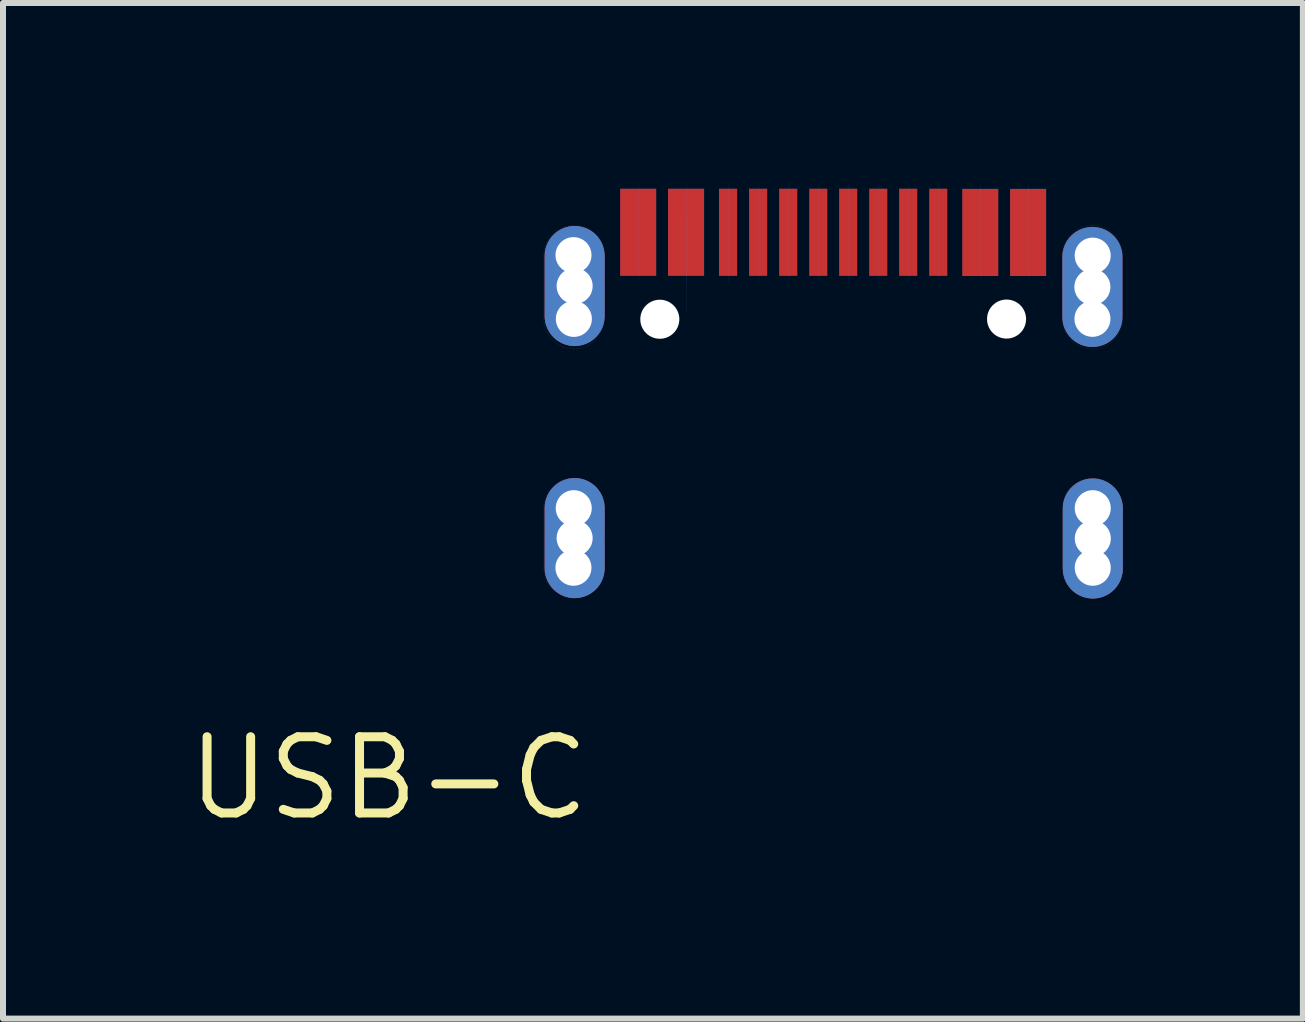
<source format=kicad_pcb>
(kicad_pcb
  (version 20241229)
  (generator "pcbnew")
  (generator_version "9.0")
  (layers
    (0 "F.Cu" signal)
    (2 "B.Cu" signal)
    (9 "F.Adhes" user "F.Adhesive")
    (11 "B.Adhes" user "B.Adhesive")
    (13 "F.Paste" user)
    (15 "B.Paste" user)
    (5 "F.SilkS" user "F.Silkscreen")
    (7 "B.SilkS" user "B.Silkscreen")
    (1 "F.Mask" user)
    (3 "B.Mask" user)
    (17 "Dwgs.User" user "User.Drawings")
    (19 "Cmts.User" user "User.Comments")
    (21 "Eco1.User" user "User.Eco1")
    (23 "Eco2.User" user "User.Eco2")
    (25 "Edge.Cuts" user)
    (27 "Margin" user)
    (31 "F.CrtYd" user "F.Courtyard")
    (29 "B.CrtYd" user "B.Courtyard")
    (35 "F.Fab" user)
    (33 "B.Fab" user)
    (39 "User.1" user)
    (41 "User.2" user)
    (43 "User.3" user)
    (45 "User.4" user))
  (footprint "USB-C"
    (layer "F.Cu")
    (at 3.424 9.915)
    (property "Reference" "USB-C" (at 0 0 0) (layer "F.SilkS") (effects (font (size 1.27 1.27) (thickness 0.15))))
    (fp_line (start 2.587 -8.18) (end 2.587 -8.71) (stroke (width 0.001) (type solid)) (layer "Cmts.User"))
    (fp_line (start 2.587 -8.18) (end 2.587 -7.65) (stroke (width 0.001) (type solid)) (layer "Cmts.User"))
    (fp_line (start 2.587 -4) (end 2.587 -4.5) (stroke (width 0.001) (type solid)) (layer "Cmts.User"))
    (fp_line (start 2.587 -4) (end 2.587 -3.5) (stroke (width 0.001) (type solid)) (layer "Cmts.User"))
    (fp_line (start 2.787 -8.18) (end 2.587 -8.18) (stroke (width 0.001) (type solid)) (layer "Cmts.User"))
    (fp_line (start 2.787 -8.18) (end 2.787 -8.71) (stroke (width 0.001) (type solid)) (layer "Cmts.User"))
    (fp_line (start 2.787 -8.18) (end 2.787 -7.65) (stroke (width 0.001) (type solid)) (layer "Cmts.User"))
    (fp_line (start 2.787 -4.5) (end 2.787 -4) (stroke (width 0.001) (type solid)) (layer "Cmts.User"))
    (fp_line (start 2.787 -4) (end 2.587 -4) (stroke (width 0.001) (type solid)) (layer "Cmts.User"))
    (fp_line (start 2.787 -4) (end 2.787 -3.5) (stroke (width 0.001) (type solid)) (layer "Cmts.User"))
    (fp_line (start 3.087 -9.23) (end 3.087 -8.18) (stroke (width 0.001) (type solid)) (layer "Cmts.User"))
    (fp_line (start 3.087 -8.18) (end 2.787 -8.18) (stroke (width 0.001) (type solid)) (layer "Cmts.User"))
    (fp_line (start 3.087 -8.18) (end 3.087 -7.13) (stroke (width 0.001) (type solid)) (layer "Cmts.User"))
    (fp_line (start 3.087 -8.18) (end 3.387 -8.18) (stroke (width 0.001) (type solid)) (layer "Cmts.User"))
    (fp_line (start 3.087 -4.8) (end 3.087 -4) (stroke (width 0.001) (type solid)) (layer "Cmts.User"))
    (fp_line (start 3.087 -4) (end 2.787 -4) (stroke (width 0.001) (type solid)) (layer "Cmts.User"))
    (fp_line (start 3.087 -4) (end 3.087 -3.2) (stroke (width 0.001) (type solid)) (layer "Cmts.User"))
    (fp_line (start 3.087 -4) (end 3.387 -4) (stroke (width 0.001) (type solid)) (layer "Cmts.User"))
    (fp_line (start 3.387 -8.18) (end 3.387 -8.71) (stroke (width 0.001) (type solid)) (layer "Cmts.User"))
    (fp_line (start 3.387 -8.18) (end 3.387 -7.65) (stroke (width 0.001) (type solid)) (layer "Cmts.User"))
    (fp_line (start 3.387 -8.18) (end 3.587 -8.18) (stroke (width 0.001) (type solid)) (layer "Cmts.User"))
    (fp_line (start 3.387 -4.5) (end 3.387 -4) (stroke (width 0.001) (type solid)) (layer "Cmts.User"))
    (fp_line (start 3.387 -4) (end 3.387 -3.5) (stroke (width 0.001) (type solid)) (layer "Cmts.User"))
    (fp_line (start 3.387 -4) (end 3.587 -4) (stroke (width 0.001) (type solid)) (layer "Cmts.User"))
    (fp_line (start 3.587 -8.18) (end 3.587 -8.71) (stroke (width 0.001) (type solid)) (layer "Cmts.User"))
    (fp_line (start 3.587 -8.18) (end 3.587 -7.65) (stroke (width 0.001) (type solid)) (layer "Cmts.User"))
    (fp_line (start 3.587 -4) (end 3.587 -4.5) (stroke (width 0.001) (type solid)) (layer "Cmts.User"))
    (fp_line (start 3.587 -4) (end 3.587 -3.5) (stroke (width 0.001) (type solid)) (layer "Cmts.User"))
    (fp_line (start 3.857 -9.82) (end 4.457 -9.82) (stroke (width 0.001) (type solid)) (layer "Cmts.User"))
    (fp_line (start 3.857 -8.37) (end 3.857 -9.82) (stroke (width 0.001) (type solid)) (layer "Cmts.User"))
    (fp_line (start 4.157 -9.915) (end 4.157 -8.272) (stroke (width 0.001) (type solid)) (layer "Cmts.User"))
    (fp_line (start 4.457 -9.82) (end 4.457 -8.37) (stroke (width 0.001) (type solid)) (layer "Cmts.User"))
    (fp_line (start 4.457 -8.37) (end 3.857 -8.37) (stroke (width 0.001) (type solid)) (layer "Cmts.User"))
    (fp_line (start 4.517 -7.975) (end 4.517 -7.325) (stroke (width 0.001) (type solid)) (layer "Cmts.User"))
    (fp_line (start 4.657 -9.82) (end 5.257 -9.82) (stroke (width 0.001) (type solid)) (layer "Cmts.User"))
    (fp_line (start 4.657 -8.37) (end 4.657 -9.82) (stroke (width 0.001) (type solid)) (layer "Cmts.User"))
    (fp_line (start 4.842 -7.65) (end 4.192 -7.65) (stroke (width 0.001) (type solid)) (layer "Cmts.User"))
    (fp_line (start 4.957 -9.915) (end 4.957 -9.415) (stroke (width 0.001) (type solid)) (layer "Cmts.User"))
    (fp_line (start 4.957 -9.415) (end 4.957 -8.272) (stroke (width 0.001) (type solid)) (layer "Cmts.User"))
    (fp_line (start 4.957 -9.415) (end 4.957 -7.772) (stroke (width 0.001) (type solid)) (layer "Cmts.User"))
    (fp_line (start 5.257 -9.82) (end 5.257 -8.37) (stroke (width 0.001) (type solid)) (layer "Cmts.User"))
    (fp_line (start 5.257 -8.37) (end 4.657 -8.37) (stroke (width 0.001) (type solid)) (layer "Cmts.User"))
    (fp_line (start 5.507 -9.82) (end 5.507 -8.37) (stroke (width 0.001) (type solid)) (layer "Cmts.User"))
    (fp_line (start 5.507 -8.37) (end 5.807 -8.37) (stroke (width 0.001) (type solid)) (layer "Cmts.User"))
    (fp_line (start 5.657 -9.891) (end 5.657 -8.265) (stroke (width 0.001) (type solid)) (layer "Cmts.User"))
    (fp_line (start 5.807 -9.82) (end 5.507 -9.82) (stroke (width 0.001) (type solid)) (layer "Cmts.User"))
    (fp_line (start 5.807 -9.82) (end 5.807 -8.37) (stroke (width 0.001) (type solid)) (layer "Cmts.User"))
    (fp_line (start 6.007 -9.82) (end 6.007 -8.37) (stroke (width 0.001) (type solid)) (layer "Cmts.User"))
    (fp_line (start 6.007 -8.37) (end 6.307 -8.37) (stroke (width 0.001) (type solid)) (layer "Cmts.User"))
    (fp_line (start 6.157 -9.891) (end 6.157 -8.265) (stroke (width 0.001) (type solid)) (layer "Cmts.User"))
    (fp_line (start 6.307 -9.82) (end 6.007 -9.82) (stroke (width 0.001) (type solid)) (layer "Cmts.User"))
    (fp_line (start 6.307 -9.82) (end 6.307 -8.37) (stroke (width 0.001) (type solid)) (layer "Cmts.User"))
    (fp_line (start 6.507 -9.82) (end 6.507 -8.37) (stroke (width 0.001) (type solid)) (layer "Cmts.User"))
    (fp_line (start 6.507 -8.37) (end 6.807 -8.37) (stroke (width 0.001) (type solid)) (layer "Cmts.User"))
    (fp_line (start 6.657 -9.891) (end 6.657 -8.265) (stroke (width 0.001) (type solid)) (layer "Cmts.User"))
    (fp_line (start 6.807 -9.82) (end 6.507 -9.82) (stroke (width 0.001) (type solid)) (layer "Cmts.User"))
    (fp_line (start 6.807 -9.82) (end 6.807 -8.37) (stroke (width 0.001) (type solid)) (layer "Cmts.User"))
    (fp_line (start 7.007 -9.82) (end 7.007 -8.37) (stroke (width 0.001) (type solid)) (layer "Cmts.User"))
    (fp_line (start 7.007 -8.37) (end 7.307 -8.37) (stroke (width 0.001) (type solid)) (layer "Cmts.User"))
    (fp_line (start 7.157 -9.891) (end 7.157 -8.265) (stroke (width 0.001) (type solid)) (layer "Cmts.User"))
    (fp_line (start 7.307 -9.82) (end 7.007 -9.82) (stroke (width 0.001) (type solid)) (layer "Cmts.User"))
    (fp_line (start 7.307 -9.82) (end 7.307 -8.37) (stroke (width 0.001) (type solid)) (layer "Cmts.User"))
    (fp_line (start 7.507 -9.82) (end 7.507 -8.37) (stroke (width 0.001) (type solid)) (layer "Cmts.User"))
    (fp_line (start 7.507 -9.82) (end 7.807 -9.82) (stroke (width 0.001) (type solid)) (layer "Cmts.User"))
    (fp_line (start 7.657 -9.891) (end 7.657 -8.265) (stroke (width 0.001) (type solid)) (layer "Cmts.User"))
    (fp_line (start 7.807 -9.82) (end 7.807 -8.37) (stroke (width 0.001) (type solid)) (layer "Cmts.User"))
    (fp_line (start 7.807 -8.37) (end 7.507 -8.37) (stroke (width 0.001) (type solid)) (layer "Cmts.User"))
    (fp_line (start 8.007 -9.82) (end 8.007 -8.37) (stroke (width 0.001) (type solid)) (layer "Cmts.User"))
    (fp_line (start 8.007 -9.82) (end 8.307 -9.82) (stroke (width 0.001) (type solid)) (layer "Cmts.User"))
    (fp_line (start 8.157 -9.891) (end 8.157 -8.265) (stroke (width 0.001) (type solid)) (layer "Cmts.User"))
    (fp_line (start 8.307 -9.82) (end 8.307 -8.37) (stroke (width 0.001) (type solid)) (layer "Cmts.User"))
    (fp_line (start 8.307 -8.37) (end 8.007 -8.37) (stroke (width 0.001) (type solid)) (layer "Cmts.User"))
    (fp_line (start 8.507 -9.82) (end 8.507 -8.37) (stroke (width 0.001) (type solid)) (layer "Cmts.User"))
    (fp_line (start 8.507 -9.82) (end 8.807 -9.82) (stroke (width 0.001) (type solid)) (layer "Cmts.User"))
    (fp_line (start 8.657 -9.891) (end 8.657 -8.265) (stroke (width 0.001) (type solid)) (layer "Cmts.User"))
    (fp_line (start 8.807 -9.82) (end 8.807 -8.37) (stroke (width 0.001) (type solid)) (layer "Cmts.User"))
    (fp_line (start 8.807 -8.37) (end 8.507 -8.37) (stroke (width 0.001) (type solid)) (layer "Cmts.User"))
    (fp_line (start 9.007 -9.82) (end 9.007 -8.37) (stroke (width 0.001) (type solid)) (layer "Cmts.User"))
    (fp_line (start 9.007 -9.82) (end 9.307 -9.82) (stroke (width 0.001) (type solid)) (layer "Cmts.User"))
    (fp_line (start 9.157 -9.891) (end 9.157 -8.265) (stroke (width 0.001) (type solid)) (layer "Cmts.User"))
    (fp_line (start 9.307 -9.82) (end 9.307 -8.37) (stroke (width 0.001) (type solid)) (layer "Cmts.User"))
    (fp_line (start 9.307 -8.37) (end 9.007 -8.37) (stroke (width 0.001) (type solid)) (layer "Cmts.User"))
    (fp_line (start 9.557 -9.82) (end 9.557 -8.37) (stroke (width 0.001) (type solid)) (layer "Cmts.User"))
    (fp_line (start 9.557 -8.37) (end 10.157 -8.37) (stroke (width 0.001) (type solid)) (layer "Cmts.User"))
    (fp_line (start 9.857 -9.915) (end 9.857 -8.272) (stroke (width 0.001) (type solid)) (layer "Cmts.User"))
    (fp_line (start 9.972 -7.65) (end 10.622 -7.65) (stroke (width 0.001) (type solid)) (layer "Cmts.User"))
    (fp_line (start 10.157 -9.82) (end 9.557 -9.82) (stroke (width 0.001) (type solid)) (layer "Cmts.User"))
    (fp_line (start 10.157 -8.37) (end 10.157 -9.82) (stroke (width 0.001) (type solid)) (layer "Cmts.User"))
    (fp_line (start 10.297 -7.975) (end 10.297 -7.325) (stroke (width 0.001) (type solid)) (layer "Cmts.User"))
    (fp_line (start 10.357 -9.82) (end 10.357 -8.37) (stroke (width 0.001) (type solid)) (layer "Cmts.User"))
    (fp_line (start 10.357 -8.37) (end 10.957 -8.37) (stroke (width 0.001) (type solid)) (layer "Cmts.User"))
    (fp_line (start 10.657 -9.915) (end 10.657 -8.272) (stroke (width 0.001) (type solid)) (layer "Cmts.User"))
    (fp_line (start 10.957 -9.82) (end 10.357 -9.82) (stroke (width 0.001) (type solid)) (layer "Cmts.User"))
    (fp_line (start 10.957 -8.37) (end 10.957 -9.82) (stroke (width 0.001) (type solid)) (layer "Cmts.User"))
    (fp_line (start 11.227 -8.18) (end 11.227 -8.71) (stroke (width 0.001) (type solid)) (layer "Cmts.User"))
    (fp_line (start 11.227 -8.18) (end 11.227 -7.65) (stroke (width 0.001) (type solid)) (layer "Cmts.User"))
    (fp_line (start 11.227 -4) (end 11.227 -4.5) (stroke (width 0.001) (type solid)) (layer "Cmts.User"))
    (fp_line (start 11.227 -4) (end 11.227 -3.5) (stroke (width 0.001) (type solid)) (layer "Cmts.User"))
    (fp_line (start 11.427 -8.18) (end 11.227 -8.18) (stroke (width 0.001) (type solid)) (layer "Cmts.User"))
    (fp_line (start 11.427 -8.18) (end 11.427 -8.71) (stroke (width 0.001) (type solid)) (layer "Cmts.User"))
    (fp_line (start 11.427 -8.18) (end 11.427 -7.65) (stroke (width 0.001) (type solid)) (layer "Cmts.User"))
    (fp_line (start 11.427 -4.5) (end 11.427 -4) (stroke (width 0.001) (type solid)) (layer "Cmts.User"))
    (fp_line (start 11.427 -4) (end 11.227 -4) (stroke (width 0.001) (type solid)) (layer "Cmts.User"))
    (fp_line (start 11.427 -4) (end 11.427 -3.5) (stroke (width 0.001) (type solid)) (layer "Cmts.User"))
    (fp_line (start 11.727 -9.23) (end 11.727 -8.18) (stroke (width 0.001) (type solid)) (layer "Cmts.User"))
    (fp_line (start 11.727 -8.18) (end 11.427 -8.18) (stroke (width 0.001) (type solid)) (layer "Cmts.User"))
    (fp_line (start 11.727 -8.18) (end 11.727 -7.13) (stroke (width 0.001) (type solid)) (layer "Cmts.User"))
    (fp_line (start 11.727 -8.18) (end 12.027 -8.18) (stroke (width 0.001) (type solid)) (layer "Cmts.User"))
    (fp_line (start 11.727 -4.8) (end 11.727 -4) (stroke (width 0.001) (type solid)) (layer "Cmts.User"))
    (fp_line (start 11.727 -4) (end 11.427 -4) (stroke (width 0.001) (type solid)) (layer "Cmts.User"))
    (fp_line (start 11.727 -4) (end 11.727 -3.2) (stroke (width 0.001) (type solid)) (layer "Cmts.User"))
    (fp_line (start 11.727 -4) (end 12.027 -4) (stroke (width 0.001) (type solid)) (layer "Cmts.User"))
    (fp_line (start 12.027 -8.18) (end 12.027 -8.71) (stroke (width 0.001) (type solid)) (layer "Cmts.User"))
    (fp_line (start 12.027 -8.18) (end 12.027 -7.65) (stroke (width 0.001) (type solid)) (layer "Cmts.User"))
    (fp_line (start 12.027 -8.18) (end 12.227 -8.18) (stroke (width 0.001) (type solid)) (layer "Cmts.User"))
    (fp_line (start 12.027 -4.5) (end 12.027 -4) (stroke (width 0.001) (type solid)) (layer "Cmts.User"))
    (fp_line (start 12.027 -4) (end 12.027 -3.5) (stroke (width 0.001) (type solid)) (layer "Cmts.User"))
    (fp_line (start 12.027 -4) (end 12.227 -4) (stroke (width 0.001) (type solid)) (layer "Cmts.User"))
    (fp_line (start 12.227 -8.18) (end 12.227 -8.71) (stroke (width 0.001) (type solid)) (layer "Cmts.User"))
    (fp_line (start 12.227 -8.18) (end 12.227 -7.65) (stroke (width 0.001) (type solid)) (layer "Cmts.User"))
    (fp_line (start 12.227 -4) (end 12.227 -4.5) (stroke (width 0.001) (type solid)) (layer "Cmts.User"))
    (fp_line (start 12.227 -4) (end 12.227 -3.5) (stroke (width 0.001) (type solid)) (layer "Cmts.User"))
    (fp_arc (start 2.5871 -8.70965) (mid 3.0871 -9.20965) (end 3.5871 -8.70965) (stroke (width 0.001) (type solid)) (layer "Cmts.User"))
    (fp_arc (start 2.5871 -4.49965) (mid 3.0871 -4.99965) (end 3.5871 -4.49965) (stroke (width 0.001) (type solid)) (layer "Cmts.User"))
    (fp_arc (start 2.7871 -8.70965) (mid 3.0871 -9.00965) (end 3.3871 -8.70965) (stroke (width 0.001) (type solid)) (layer "Cmts.User"))
    (fp_arc (start 2.7871 -4.49965) (mid 3.0871 -4.79965) (end 3.3871 -4.49965) (stroke (width 0.001) (type solid)) (layer "Cmts.User"))
    (fp_arc (start 3.3871 -7.64965) (mid 3.0871 -7.34965) (end 2.7871 -7.64965) (stroke (width 0.001) (type solid)) (layer "Cmts.User"))
    (fp_arc (start 3.3871 -3.49965) (mid 3.0871 -3.19965) (end 2.7871 -3.49965) (stroke (width 0.001) (type solid)) (layer "Cmts.User"))
    (fp_arc (start 3.5871 -7.64965) (mid 3.0871 -7.14965) (end 2.5871 -7.64965) (stroke (width 0.001) (type solid)) (layer "Cmts.User"))
    (fp_arc (start 3.5871 -3.49965) (mid 3.0871 -2.99965) (end 2.5871 -3.49965) (stroke (width 0.001) (type solid)) (layer "Cmts.User"))
    (fp_arc (start 11.2271 -8.70965) (mid 11.7271 -9.20965) (end 12.2271 -8.70965) (stroke (width 0.001) (type solid)) (layer "Cmts.User"))
    (fp_arc (start 11.2271 -4.49965) (mid 11.7271 -4.99965) (end 12.2271 -4.49965) (stroke (width 0.001) (type solid)) (layer "Cmts.User"))
    (fp_arc (start 11.4271 -8.70965) (mid 11.7271 -9.00965) (end 12.0271 -8.70965) (stroke (width 0.001) (type solid)) (layer "Cmts.User"))
    (fp_arc (start 11.4271 -4.49965) (mid 11.7271 -4.79965) (end 12.0271 -4.49965) (stroke (width 0.001) (type solid)) (layer "Cmts.User"))
    (fp_arc (start 12.0271 -7.64965) (mid 11.7271 -7.34965) (end 11.4271 -7.64965) (stroke (width 0.001) (type solid)) (layer "Cmts.User"))
    (fp_arc (start 12.0271 -3.49965) (mid 11.7271 -3.19965) (end 11.4271 -3.49965) (stroke (width 0.001) (type solid)) (layer "Cmts.User"))
    (fp_arc (start 12.2271 -7.64965) (mid 11.7271 -7.14965) (end 11.2271 -7.64965) (stroke (width 0.001) (type solid)) (layer "Cmts.User"))
    (fp_arc (start 12.2271 -3.49965) (mid 11.7271 -2.99965) (end 11.2271 -3.49965) (stroke (width 0.001) (type solid)) (layer "Cmts.User"))
    (fp_circle (center 4.517 -7.65) (end 4.842 -7.65) (stroke (width 0.001) (type solid)) (fill no) (layer "Cmts.User"))
    (fp_circle (center 10.297 -7.65) (end 10.622 -7.65) (stroke (width 0.001) (type solid)) (fill no) (layer "Cmts.User"))
    (pad "" np_thru_hole circle (at 3.08 -3.506) (size 0.6 0.6) (drill 0.6) (layers "*.Cu" "*.Mask"))
    (pad "" np_thru_hole circle (at 3.081 -8.714) (size 0.6 0.6) (drill 0.6) (layers "*.Cu" "*.Mask"))
    (pad "" np_thru_hole circle (at 3.085 -4.498) (size 0.6 0.6) (drill 0.6) (layers "*.Cu" "*.Mask"))
    (pad "" np_thru_hole circle (at 3.087 -7.652) (size 0.6 0.6) (drill 0.6) (layers "*.Cu" "*.Mask"))
    (pad "" np_thru_hole circle (at 4.519 -7.646) (size 0.65 0.65) (drill 0.65) (layers "*.Cu" "*.Mask"))
    (pad "" np_thru_hole circle (at 10.296 -7.649) (size 0.65 0.65) (drill 0.65) (layers "*.Cu" "*.Mask"))
    (pad "" np_thru_hole circle (at 11.727 -7.653) (size 0.6 0.6) (drill 0.6) (layers "*.Cu" "*.Mask"))
    (pad "" np_thru_hole circle (at 11.731 -8.706) (size 0.6 0.6) (drill 0.6) (layers "*.Cu" "*.Mask"))
    (pad "" np_thru_hole circle (at 11.732 -4.498) (size 0.6 0.6) (drill 0.6) (layers "*.Cu" "*.Mask"))
    (pad "" np_thru_hole circle (at 11.732 -3.506) (size 0.6 0.6) (drill 0.6) (layers "*.Cu" "*.Mask"))
    (pad "A1B12" smd rect (at 4.158 -9.095) (size 0.6 1.45) (layers "F.Cu" "F.Mask" "F.Paste"))
    (pad "A4B9" smd rect (at 4.956 -9.095) (size 0.6 1.45) (layers "F.Cu" "F.Mask" "F.Paste"))
    (pad "A5" smd rect (at 6.157 -9.095) (size 0.3 1.45) (layers "F.Cu" "F.Mask" "F.Paste"))
    (pad "A6" smd rect (at 7.159 -9.095) (size 0.3 1.45) (layers "F.Cu" "F.Mask" "F.Paste"))
    (pad "A7" smd rect (at 7.657 -9.095) (size 0.3 1.45) (layers "F.Cu" "F.Mask" "F.Paste"))
    (pad "A8" smd rect (at 8.657 -9.095) (size 0.3 1.45) (layers "F.Cu" "F.Mask" "F.Paste"))
    (pad "B1A12" smd rect (at 10.655 -9.092) (size 0.6 1.45) (layers "F.Cu" "F.Mask" "F.Paste"))
    (pad "B4A9" smd rect (at 9.858 -9.092) (size 0.6 1.45) (layers "F.Cu" "F.Mask" "F.Paste"))
    (pad "B5" smd rect (at 9.158 -9.095) (size 0.3 1.45) (layers "F.Cu" "F.Mask" "F.Paste"))
    (pad "B6" smd rect (at 8.158 -9.095) (size 0.3 1.45) (layers "F.Cu" "F.Mask" "F.Paste"))
    (pad "B7" smd rect (at 6.658 -9.095) (size 0.3 1.45) (layers "F.Cu" "F.Mask" "F.Paste"))
    (pad "B8" smd rect (at 5.656 -9.095) (size 0.3 1.45) (layers "F.Cu" "F.Mask" "F.Paste"))
    (pad "P$13" thru_hole oval (at 3.1 -8.2 90) (size 2 1) (drill 0.6) (layers "*.Cu" "*.Mask"))
    (pad "P$14" thru_hole oval (at 11.726 -8.184 90) (size 2 1) (drill 0.6) (layers "*.Cu" "*.Mask"))
    (pad "P$15" thru_hole oval (at 3.1 -4 90) (size 2 1) (drill 0.6) (layers "*.Cu" "*.Mask"))
    (pad "P$16" thru_hole oval (at 11.733 -3.993 90) (size 2 1) (drill 0.6) (layers "*.Cu" "*.Mask")))
  (gr_rect
    (start -3 -3)
    (end 18.657 13.921)
    (stroke (width 0.1) (type default))
    (fill no)
    (layer "Edge.Cuts")))
</source>
